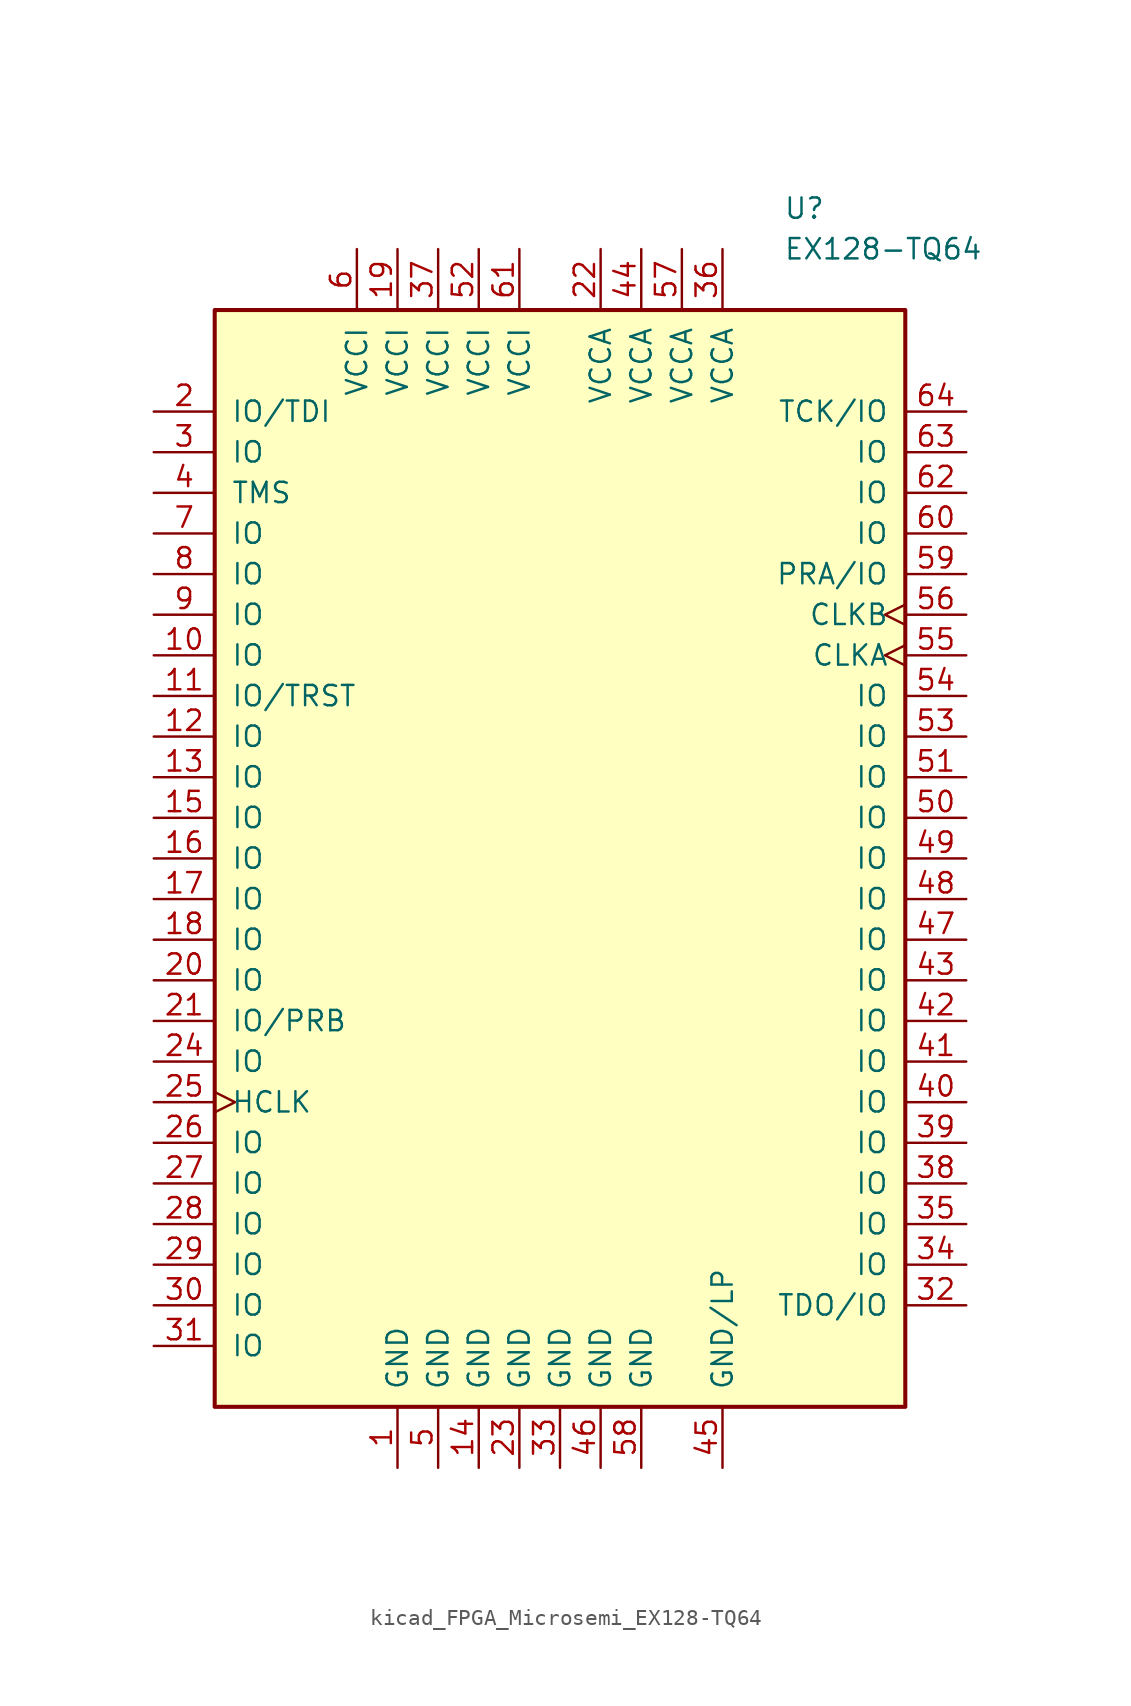
<source format=kicad_sym>
(kicad_symbol_lib
  (version 20220914)
  (generator kicad_symbol_editor)
  (symbol "kicad_FPGA_Microsemi_EX128-TQ64"
    (pin_names
      (offset 1.016))
    (property "Reference" "U"
      (at 13.97 40.64 0)
      (effects (font (size 1.27 1.27)) (justify left)))
    (property "Value" "EX128-TQ64"
      (at 13.97 38.1 0)
      (effects (font (size 1.27 1.27)) (justify left)))
    (symbol "kicad_FPGA_Microsemi_EX128-TQ64_0_1"
      (rectangle (start -21.59 34.29) (end 21.59 -34.29) (stroke (width 0.254) (type default)) (fill (type background))))
    (symbol "kicad_FPGA_Microsemi_EX128-TQ64_1_1"
      (pin power_out line (at -10.16 -38.1 90) (length 3.81) (name "GND" (effects (font (size 1.27 1.27)))) (number "1" (effects (font (size 1.27 1.27)))))
      (pin bidirectional line (at -25.4 12.7 0) (length 3.81) (name "IO" (effects (font (size 1.27 1.27)))) (number "10" (effects (font (size 1.27 1.27)))))
      (pin bidirectional line (at -25.4 10.16 0) (length 3.81) (name "IO/TRST" (effects (font (size 1.27 1.27)))) (number "11" (effects (font (size 1.27 1.27)))))
      (pin bidirectional line (at -25.4 7.62 0) (length 3.81) (name "IO" (effects (font (size 1.27 1.27)))) (number "12" (effects (font (size 1.27 1.27)))))
      (pin bidirectional line (at -25.4 5.08 0) (length 3.81) (name "IO" (effects (font (size 1.27 1.27)))) (number "13" (effects (font (size 1.27 1.27)))))
      (pin power_out line (at -5.08 -38.1 90) (length 3.81) (name "GND" (effects (font (size 1.27 1.27)))) (number "14" (effects (font (size 1.27 1.27)))))
      (pin bidirectional line (at -25.4 2.54 0) (length 3.81) (name "IO" (effects (font (size 1.27 1.27)))) (number "15" (effects (font (size 1.27 1.27)))))
      (pin bidirectional line (at -25.4 0 0) (length 3.81) (name "IO" (effects (font (size 1.27 1.27)))) (number "16" (effects (font (size 1.27 1.27)))))
      (pin bidirectional line (at -25.4 -2.54 0) (length 3.81) (name "IO" (effects (font (size 1.27 1.27)))) (number "17" (effects (font (size 1.27 1.27)))))
      (pin bidirectional line (at -25.4 -5.08 0) (length 3.81) (name "IO" (effects (font (size 1.27 1.27)))) (number "18" (effects (font (size 1.27 1.27)))))
      (pin power_in line (at -10.16 38.1 270) (length 3.81) (name "VCCI" (effects (font (size 1.27 1.27)))) (number "19" (effects (font (size 1.27 1.27)))))
      (pin bidirectional line (at -25.4 27.94 0) (length 3.81) (name "IO/TDI" (effects (font (size 1.27 1.27)))) (number "2" (effects (font (size 1.27 1.27)))))
      (pin bidirectional line (at -25.4 -7.62 0) (length 3.81) (name "IO" (effects (font (size 1.27 1.27)))) (number "20" (effects (font (size 1.27 1.27)))))
      (pin bidirectional line (at -25.4 -10.16 0) (length 3.81) (name "IO/PRB" (effects (font (size 1.27 1.27)))) (number "21" (effects (font (size 1.27 1.27)))))
      (pin power_in line (at 2.54 38.1 270) (length 3.81) (name "VCCA" (effects (font (size 1.27 1.27)))) (number "22" (effects (font (size 1.27 1.27)))))
      (pin power_out line (at -2.54 -38.1 90) (length 3.81) (name "GND" (effects (font (size 1.27 1.27)))) (number "23" (effects (font (size 1.27 1.27)))))
      (pin bidirectional line (at -25.4 -12.7 0) (length 3.81) (name "IO" (effects (font (size 1.27 1.27)))) (number "24" (effects (font (size 1.27 1.27)))))
      (pin input clock (at -25.4 -15.24 0) (length 3.81) (name "HCLK" (effects (font (size 1.27 1.27)))) (number "25" (effects (font (size 1.27 1.27)))))
      (pin bidirectional line (at -25.4 -17.78 0) (length 3.81) (name "IO" (effects (font (size 1.27 1.27)))) (number "26" (effects (font (size 1.27 1.27)))))
      (pin bidirectional line (at -25.4 -20.32 0) (length 3.81) (name "IO" (effects (font (size 1.27 1.27)))) (number "27" (effects (font (size 1.27 1.27)))))
      (pin bidirectional line (at -25.4 -22.86 0) (length 3.81) (name "IO" (effects (font (size 1.27 1.27)))) (number "28" (effects (font (size 1.27 1.27)))))
      (pin bidirectional line (at -25.4 -25.4 0) (length 3.81) (name "IO" (effects (font (size 1.27 1.27)))) (number "29" (effects (font (size 1.27 1.27)))))
      (pin bidirectional line (at -25.4 25.4 0) (length 3.81) (name "IO" (effects (font (size 1.27 1.27)))) (number "3" (effects (font (size 1.27 1.27)))))
      (pin bidirectional line (at -25.4 -27.94 0) (length 3.81) (name "IO" (effects (font (size 1.27 1.27)))) (number "30" (effects (font (size 1.27 1.27)))))
      (pin bidirectional line (at -25.4 -30.48 0) (length 3.81) (name "IO" (effects (font (size 1.27 1.27)))) (number "31" (effects (font (size 1.27 1.27)))))
      (pin bidirectional line (at 25.4 -27.94 180) (length 3.81) (name "TDO/IO" (effects (font (size 1.27 1.27)))) (number "32" (effects (font (size 1.27 1.27)))))
      (pin power_out line (at 0 -38.1 90) (length 3.81) (name "GND" (effects (font (size 1.27 1.27)))) (number "33" (effects (font (size 1.27 1.27)))))
      (pin bidirectional line (at 25.4 -25.4 180) (length 3.81) (name "IO" (effects (font (size 1.27 1.27)))) (number "34" (effects (font (size 1.27 1.27)))))
      (pin bidirectional line (at 25.4 -22.86 180) (length 3.81) (name "IO" (effects (font (size 1.27 1.27)))) (number "35" (effects (font (size 1.27 1.27)))))
      (pin power_in line (at 10.16 38.1 270) (length 3.81) (name "VCCA" (effects (font (size 1.27 1.27)))) (number "36" (effects (font (size 1.27 1.27)))))
      (pin power_in line (at -7.62 38.1 270) (length 3.81) (name "VCCI" (effects (font (size 1.27 1.27)))) (number "37" (effects (font (size 1.27 1.27)))))
      (pin bidirectional line (at 25.4 -20.32 180) (length 3.81) (name "IO" (effects (font (size 1.27 1.27)))) (number "38" (effects (font (size 1.27 1.27)))))
      (pin bidirectional line (at 25.4 -17.78 180) (length 3.81) (name "IO" (effects (font (size 1.27 1.27)))) (number "39" (effects (font (size 1.27 1.27)))))
      (pin input line (at -25.4 22.86 0) (length 3.81) (name "TMS" (effects (font (size 1.27 1.27)))) (number "4" (effects (font (size 1.27 1.27)))))
      (pin bidirectional line (at 25.4 -15.24 180) (length 3.81) (name "IO" (effects (font (size 1.27 1.27)))) (number "40" (effects (font (size 1.27 1.27)))))
      (pin bidirectional line (at 25.4 -12.7 180) (length 3.81) (name "IO" (effects (font (size 1.27 1.27)))) (number "41" (effects (font (size 1.27 1.27)))))
      (pin bidirectional line (at 25.4 -10.16 180) (length 3.81) (name "IO" (effects (font (size 1.27 1.27)))) (number "42" (effects (font (size 1.27 1.27)))))
      (pin bidirectional line (at 25.4 -7.62 180) (length 3.81) (name "IO" (effects (font (size 1.27 1.27)))) (number "43" (effects (font (size 1.27 1.27)))))
      (pin power_in line (at 5.08 38.1 270) (length 3.81) (name "VCCA" (effects (font (size 1.27 1.27)))) (number "44" (effects (font (size 1.27 1.27)))))
      (pin power_out line (at 10.16 -38.1 90) (length 3.81) (name "GND/LP" (effects (font (size 1.27 1.27)))) (number "45" (effects (font (size 1.27 1.27)))))
      (pin power_out line (at 2.54 -38.1 90) (length 3.81) (name "GND" (effects (font (size 1.27 1.27)))) (number "46" (effects (font (size 1.27 1.27)))))
      (pin bidirectional line (at 25.4 -5.08 180) (length 3.81) (name "IO" (effects (font (size 1.27 1.27)))) (number "47" (effects (font (size 1.27 1.27)))))
      (pin bidirectional line (at 25.4 -2.54 180) (length 3.81) (name "IO" (effects (font (size 1.27 1.27)))) (number "48" (effects (font (size 1.27 1.27)))))
      (pin bidirectional line (at 25.4 0 180) (length 3.81) (name "IO" (effects (font (size 1.27 1.27)))) (number "49" (effects (font (size 1.27 1.27)))))
      (pin power_out line (at -7.62 -38.1 90) (length 3.81) (name "GND" (effects (font (size 1.27 1.27)))) (number "5" (effects (font (size 1.27 1.27)))))
      (pin bidirectional line (at 25.4 2.54 180) (length 3.81) (name "IO" (effects (font (size 1.27 1.27)))) (number "50" (effects (font (size 1.27 1.27)))))
      (pin bidirectional line (at 25.4 5.08 180) (length 3.81) (name "IO" (effects (font (size 1.27 1.27)))) (number "51" (effects (font (size 1.27 1.27)))))
      (pin power_in line (at -5.08 38.1 270) (length 3.81) (name "VCCI" (effects (font (size 1.27 1.27)))) (number "52" (effects (font (size 1.27 1.27)))))
      (pin bidirectional line (at 25.4 7.62 180) (length 3.81) (name "IO" (effects (font (size 1.27 1.27)))) (number "53" (effects (font (size 1.27 1.27)))))
      (pin bidirectional line (at 25.4 10.16 180) (length 3.81) (name "IO" (effects (font (size 1.27 1.27)))) (number "54" (effects (font (size 1.27 1.27)))))
      (pin input clock (at 25.4 12.7 180) (length 3.81) (name "CLKA" (effects (font (size 1.27 1.27)))) (number "55" (effects (font (size 1.27 1.27)))))
      (pin input clock (at 25.4 15.24 180) (length 3.81) (name "CLKB" (effects (font (size 1.27 1.27)))) (number "56" (effects (font (size 1.27 1.27)))))
      (pin power_in line (at 7.62 38.1 270) (length 3.81) (name "VCCA" (effects (font (size 1.27 1.27)))) (number "57" (effects (font (size 1.27 1.27)))))
      (pin power_out line (at 5.08 -38.1 90) (length 3.81) (name "GND" (effects (font (size 1.27 1.27)))) (number "58" (effects (font (size 1.27 1.27)))))
      (pin bidirectional line (at 25.4 17.78 180) (length 3.81) (name "PRA/IO" (effects (font (size 1.27 1.27)))) (number "59" (effects (font (size 1.27 1.27)))))
      (pin power_in line (at -12.7 38.1 270) (length 3.81) (name "VCCI" (effects (font (size 1.27 1.27)))) (number "6" (effects (font (size 1.27 1.27)))))
      (pin bidirectional line (at 25.4 20.32 180) (length 3.81) (name "IO" (effects (font (size 1.27 1.27)))) (number "60" (effects (font (size 1.27 1.27)))))
      (pin power_in line (at -2.54 38.1 270) (length 3.81) (name "VCCI" (effects (font (size 1.27 1.27)))) (number "61" (effects (font (size 1.27 1.27)))))
      (pin bidirectional line (at 25.4 22.86 180) (length 3.81) (name "IO" (effects (font (size 1.27 1.27)))) (number "62" (effects (font (size 1.27 1.27)))))
      (pin bidirectional line (at 25.4 25.4 180) (length 3.81) (name "IO" (effects (font (size 1.27 1.27)))) (number "63" (effects (font (size 1.27 1.27)))))
      (pin bidirectional line (at 25.4 27.94 180) (length 3.81) (name "TCK/IO" (effects (font (size 1.27 1.27)))) (number "64" (effects (font (size 1.27 1.27)))))
      (pin bidirectional line (at -25.4 20.32 0) (length 3.81) (name "IO" (effects (font (size 1.27 1.27)))) (number "7" (effects (font (size 1.27 1.27)))))
      (pin bidirectional line (at -25.4 17.78 0) (length 3.81) (name "IO" (effects (font (size 1.27 1.27)))) (number "8" (effects (font (size 1.27 1.27)))))
      (pin bidirectional line (at -25.4 15.24 0) (length 3.81) (name "IO" (effects (font (size 1.27 1.27)))) (number "9" (effects (font (size 1.27 1.27))))))))
</source>
